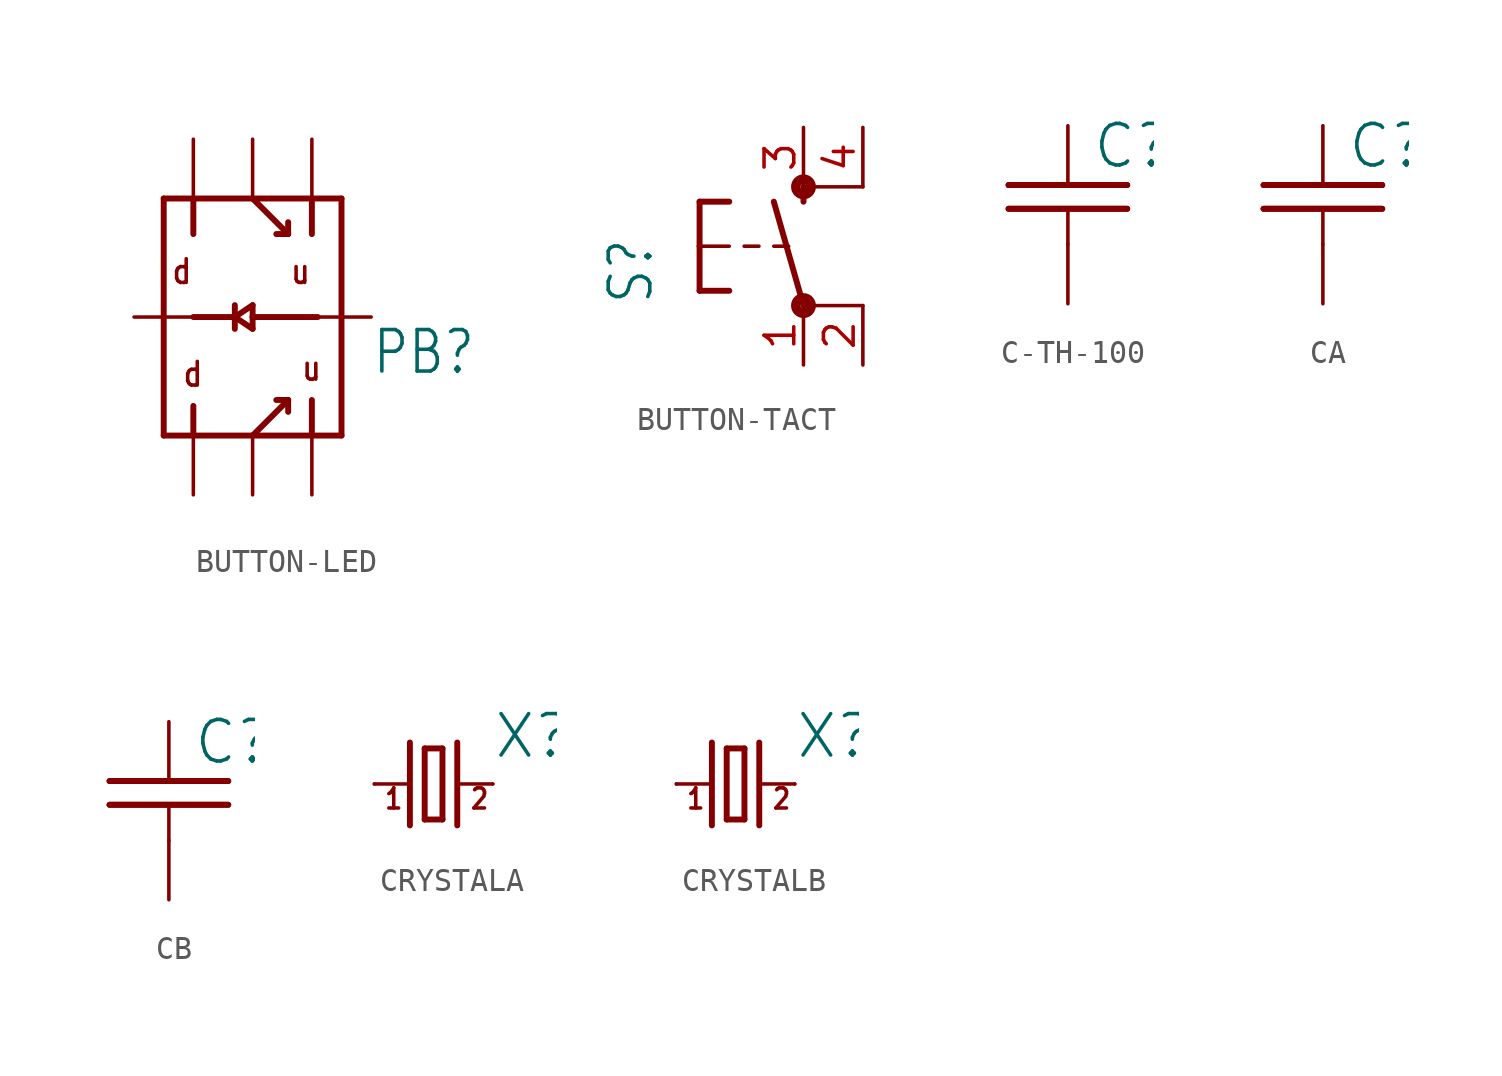
<source format=kicad_sym>
(kicad_symbol_lib
  (version 20231120)
  (generator "kicad_symbol_editor")
  (generator_version "8.0")
  (symbol "BUTTON-LED"
    (property "Reference" "PB"
      (at 5.08 -2.54 0)
      (effects (font (size 1.778 1.511)) (justify left bottom)))
    (property "Value" ""
      (at 5.08 -5.08 0)
      (effects (font (size 1.778 1.511)) (justify left bottom)))
    (property "ki_locked" ""
      (at 0 0 0)
      (effects (font (size 1.27 1.27))))
    (symbol "BUTTON-LED_1_0"
      (polyline (pts (xy -3.81 -5.08) (xy -2.54 -5.08)) (stroke (width 0.254) (type solid)) (fill (type none)))
      (polyline (pts (xy -3.81 5.08) (xy -3.81 -5.08)) (stroke (width 0.254) (type solid)) (fill (type none)))
      (polyline (pts (xy -2.54 -5.08) (xy -2.54 -3.81)) (stroke (width 0.254) (type solid)) (fill (type none)))
      (polyline (pts (xy -2.54 -5.08) (xy 0 -5.08)) (stroke (width 0.254) (type solid)) (fill (type none)))
      (polyline (pts (xy -2.54 0) (xy -0.762 0)) (stroke (width 0.254) (type solid)) (fill (type none)))
      (polyline (pts (xy -2.54 5.08) (xy -3.81 5.08)) (stroke (width 0.254) (type solid)) (fill (type none)))
      (polyline (pts (xy -2.54 5.08) (xy -2.54 3.556)) (stroke (width 0.254) (type solid)) (fill (type none)))
      (polyline (pts (xy -0.762 0) (xy -0.762 -0.508)) (stroke (width 0.254) (type solid)) (fill (type none)))
      (polyline (pts (xy -0.762 0) (xy 0 0.508)) (stroke (width 0.254) (type solid)) (fill (type none)))
      (polyline (pts (xy -0.762 0.508) (xy -0.762 0)) (stroke (width 0.254) (type solid)) (fill (type none)))
      (polyline (pts (xy 0 -5.08) (xy 1.524 -3.556)) (stroke (width 0.254) (type solid)) (fill (type none)))
      (polyline (pts (xy 0 -5.08) (xy 2.54 -5.08)) (stroke (width 0.254) (type solid)) (fill (type none)))
      (polyline (pts (xy 0 -0.508) (xy -0.762 0)) (stroke (width 0.254) (type solid)) (fill (type none)))
      (polyline (pts (xy 0 0) (xy 0 -0.508)) (stroke (width 0.254) (type solid)) (fill (type none)))
      (polyline (pts (xy 0 0.508) (xy 0 0)) (stroke (width 0.254) (type solid)) (fill (type none)))
      (polyline (pts (xy 0 5.08) (xy -2.54 5.08)) (stroke (width 0.254) (type solid)) (fill (type none)))
      (polyline (pts (xy 0 5.08) (xy 1.524 3.556)) (stroke (width 0.254) (type solid)) (fill (type none)))
      (polyline (pts (xy 1.524 -3.556) (xy 1.016 -3.556)) (stroke (width 0.254) (type solid)) (fill (type none)))
      (polyline (pts (xy 1.524 -3.556) (xy 1.524 -4.064)) (stroke (width 0.254) (type solid)) (fill (type none)))
      (polyline (pts (xy 1.524 3.556) (xy 1.016 3.556)) (stroke (width 0.254) (type solid)) (fill (type none)))
      (polyline (pts (xy 1.524 3.556) (xy 1.524 4.064)) (stroke (width 0.254) (type solid)) (fill (type none)))
      (polyline (pts (xy 2.54 -5.08) (xy 2.54 -3.556)) (stroke (width 0.254) (type solid)) (fill (type none)))
      (polyline (pts (xy 2.54 -5.08) (xy 3.81 -5.08)) (stroke (width 0.254) (type solid)) (fill (type none)))
      (polyline (pts (xy 2.54 5.08) (xy 0 5.08)) (stroke (width 0.254) (type solid)) (fill (type none)))
      (polyline (pts (xy 2.54 5.08) (xy 2.54 3.556)) (stroke (width 0.254) (type solid)) (fill (type none)))
      (polyline (pts (xy 2.794 0) (xy 0 0)) (stroke (width 0.254) (type solid)) (fill (type none)))
      (polyline (pts (xy 3.81 -5.08) (xy 3.81 5.08)) (stroke (width 0.254) (type solid)) (fill (type none)))
      (polyline (pts (xy 3.81 5.08) (xy 2.54 5.08)) (stroke (width 0.254) (type solid)) (fill (type none)))
      (text "d" (at -3.048 -3.048 0) (effects (font (size 1.016 0.864)) (justify left bottom)))
      (text "d" (at -2.54 2.54 0) (effects (font (size 1.016 0.864)) (justify right top)))
      (text "u" (at 2.032 -2.794 0) (effects (font (size 1.016 0.864)) (justify left bottom)))
      (text "u" (at 2.54 2.54 0) (effects (font (size 1.016 0.864)) (justify right top)))
      (pin bidirectional line (at 2.54 7.62 270) (length 2.54) (name "P$1" (effects (font (size 0 0)))) (number "P$1" (effects (font (size 0 0)))))
      (pin bidirectional line (at 0 7.62 270) (length 2.54) (name "P$2" (effects (font (size 0 0)))) (number "P$2" (effects (font (size 0 0)))))
      (pin bidirectional line (at -2.54 7.62 270) (length 2.54) (name "P$3" (effects (font (size 0 0)))) (number "P$3" (effects (font (size 0 0)))))
      (pin bidirectional line (at 2.54 -7.62 90) (length 2.54) (name "P$4" (effects (font (size 0 0)))) (number "P$4" (effects (font (size 0 0)))))
      (pin bidirectional line (at 0 -7.62 90) (length 2.54) (name "P$5" (effects (font (size 0 0)))) (number "P$5" (effects (font (size 0 0)))))
      (pin bidirectional line (at -2.54 -7.62 90) (length 2.54) (name "P$6" (effects (font (size 0 0)))) (number "P$6" (effects (font (size 0 0)))))
      (pin bidirectional line (at 5.08 0 180) (length 2.54) (name "P$7" (effects (font (size 0 0)))) (number "P$7" (effects (font (size 0 0)))))
      (pin bidirectional line (at -5.08 0 0) (length 2.54) (name "P$8" (effects (font (size 0 0)))) (number "P$8" (effects (font (size 0 0)))))))
  (symbol "BUTTON-TACT"
    (property "Reference" "S"
      (at -6.35 -2.54 90)
      (effects (font (size 1.778 1.511)) (justify left bottom)))
    (property "Value" ""
      (at -3.81 3.175 90)
      (effects (font (size 1.778 1.511)) (justify left bottom)))
    (property "ki_locked" ""
      (at 0 0 0)
      (effects (font (size 1.27 1.27))))
    (symbol "BUTTON-TACT_1_0"
      (circle (center 0 -2.54) (radius 0.127) (stroke (width 0.406) (type solid)) (fill (type none)))
      (polyline (pts (xy -4.445 -1.905) (xy -3.175 -1.905)) (stroke (width 0.254) (type solid)) (fill (type none)))
      (polyline (pts (xy -4.445 0) (xy -4.445 -1.905)) (stroke (width 0.254) (type solid)) (fill (type none)))
      (polyline (pts (xy -4.445 0) (xy -3.175 0)) (stroke (width 0.152) (type solid)) (fill (type none)))
      (polyline (pts (xy -4.445 1.905) (xy -4.445 0)) (stroke (width 0.254) (type solid)) (fill (type none)))
      (polyline (pts (xy -4.445 1.905) (xy -3.175 1.905)) (stroke (width 0.254) (type solid)) (fill (type none)))
      (polyline (pts (xy -2.54 0) (xy -1.905 0)) (stroke (width 0.152) (type solid)) (fill (type none)))
      (polyline (pts (xy -1.27 0) (xy -0.635 0)) (stroke (width 0.152) (type solid)) (fill (type none)))
      (polyline (pts (xy 0 -2.54) (xy -1.27 1.905)) (stroke (width 0.254) (type solid)) (fill (type none)))
      (polyline (pts (xy 0 1.905) (xy 0 2.54)) (stroke (width 0.254) (type solid)) (fill (type none)))
      (polyline (pts (xy 2.54 -2.54) (xy 0 -2.54)) (stroke (width 0.152) (type solid)) (fill (type none)))
      (polyline (pts (xy 2.54 2.54) (xy 0 2.54)) (stroke (width 0.152) (type solid)) (fill (type none)))
      (circle (center 0 2.54) (radius 0.127) (stroke (width 0.406) (type solid)) (fill (type none)))
      (pin passive line (at 0 -5.08 90) (length 2.54) (name "1" (effects (font (size 0 0)))) (number "1" (effects (font (size 1.27 1.27)))))
      (pin passive line (at 2.54 -5.08 90) (length 2.54) (name "2" (effects (font (size 0 0)))) (number "2" (effects (font (size 1.27 1.27)))))
      (pin passive line (at 0 5.08 270) (length 2.54) (name "3" (effects (font (size 0 0)))) (number "3" (effects (font (size 1.27 1.27)))))
      (pin passive line (at 2.54 5.08 270) (length 2.54) (name "4" (effects (font (size 0 0)))) (number "4" (effects (font (size 1.27 1.27)))))))
  (symbol "C-TH-100"
    (property "Reference" "C"
      (at 1.016 0.635 0)
      (effects (font (size 1.778 1.778)) (justify left bottom)))
    (property "Value" ""
      (at 1.016 -4.191 0)
      (effects (font (size 1.778 1.778)) (justify left bottom)))
    (property "ki_locked" ""
      (at 0 0 0)
      (effects (font (size 1.27 1.27))))
    (symbol "C-TH-100_1_0"
      (polyline (pts (xy -2.54 -1.016) (xy 2.54 -1.016)) (stroke (width 0.254) (type solid)) (fill (type none)))
      (polyline (pts (xy -2.54 -1.016) (xy 2.54 -1.016)) (stroke (width 0.254) (type solid)) (fill (type none)))
      (polyline (pts (xy -2.54 0) (xy 2.54 0)) (stroke (width 0.254) (type solid)) (fill (type none)))
      (polyline (pts (xy -2.54 0) (xy 2.54 0)) (stroke (width 0.254) (type solid)) (fill (type none)))
      (polyline (pts (xy 0 -1.016) (xy 0 -2.54)) (stroke (width 0.152) (type solid)) (fill (type none)))
      (pin passive line (at 0 2.54 270) (length 2.54) (name "1" (effects (font (size 0 0)))) (number "P$1" (effects (font (size 0 0)))))
      (pin passive line (at 0 -5.08 90) (length 2.54) (name "2" (effects (font (size 0 0)))) (number "P$2" (effects (font (size 0 0)))))))
  (symbol "CA"
    (property "Reference" "C"
      (at 1.016 0.635 0)
      (effects (font (size 1.778 1.778)) (justify left bottom)))
    (property "Value" ""
      (at 1.016 -4.191 0)
      (effects (font (size 1.778 1.778)) (justify left bottom)))
    (property "ki_locked" ""
      (at 0 0 0)
      (effects (font (size 1.27 1.27))))
    (symbol "CA_1_0"
      (polyline (pts (xy -2.54 -1.016) (xy 2.54 -1.016)) (stroke (width 0.254) (type solid)) (fill (type none)))
      (polyline (pts (xy -2.54 -1.016) (xy 2.54 -1.016)) (stroke (width 0.254) (type solid)) (fill (type none)))
      (polyline (pts (xy -2.54 0) (xy 2.54 0)) (stroke (width 0.254) (type solid)) (fill (type none)))
      (polyline (pts (xy -2.54 0) (xy 2.54 0)) (stroke (width 0.254) (type solid)) (fill (type none)))
      (polyline (pts (xy 0 -1.016) (xy 0 -2.54)) (stroke (width 0.152) (type solid)) (fill (type none)))
      (pin passive line (at 0 2.54 270) (length 2.54) (name "1" (effects (font (size 0 0)))) (number "1" (effects (font (size 0 0)))))
      (pin passive line (at 0 -5.08 90) (length 2.54) (name "2" (effects (font (size 0 0)))) (number "2" (effects (font (size 0 0)))))))
  (symbol "CB"
    (property "Reference" "C"
      (at 1.016 0.635 0)
      (effects (font (size 1.778 1.778)) (justify left bottom)))
    (property "Value" ""
      (at 1.016 -4.191 0)
      (effects (font (size 1.778 1.778)) (justify left bottom)))
    (property "ki_locked" ""
      (at 0 0 0)
      (effects (font (size 1.27 1.27))))
    (symbol "CB_1_0"
      (polyline (pts (xy -2.54 -1.016) (xy 2.54 -1.016)) (stroke (width 0.254) (type solid)) (fill (type none)))
      (polyline (pts (xy -2.54 -1.016) (xy 2.54 -1.016)) (stroke (width 0.254) (type solid)) (fill (type none)))
      (polyline (pts (xy -2.54 0) (xy 2.54 0)) (stroke (width 0.254) (type solid)) (fill (type none)))
      (polyline (pts (xy -2.54 0) (xy 2.54 0)) (stroke (width 0.254) (type solid)) (fill (type none)))
      (polyline (pts (xy 0 -1.016) (xy 0 -2.54)) (stroke (width 0.152) (type solid)) (fill (type none)))
      (pin passive line (at 0 2.54 270) (length 2.54) (name "1" (effects (font (size 0 0)))) (number "1" (effects (font (size 0 0)))))
      (pin passive line (at 0 -5.08 90) (length 2.54) (name "2" (effects (font (size 0 0)))) (number "2" (effects (font (size 0 0)))))))
  (symbol "CRYSTALA"
    (property "Reference" "X"
      (at 2.54 1.016 0)
      (effects (font (size 1.778 1.778)) (justify left bottom)))
    (property "Value" ""
      (at 2.54 -2.54 0)
      (effects (font (size 1.778 1.778)) (justify left bottom)))
    (property "ki_locked" ""
      (at 0 0 0)
      (effects (font (size 1.27 1.27))))
    (symbol "CRYSTALA_1_0"
      (polyline (pts (xy -2.54 0) (xy -1.016 0)) (stroke (width 0.152) (type solid)) (fill (type none)))
      (polyline (pts (xy -1.016 1.778) (xy -1.016 -1.778)) (stroke (width 0.254) (type solid)) (fill (type none)))
      (polyline (pts (xy -0.381 -1.524) (xy 0.381 -1.524)) (stroke (width 0.254) (type solid)) (fill (type none)))
      (polyline (pts (xy -0.381 1.524) (xy -0.381 -1.524)) (stroke (width 0.254) (type solid)) (fill (type none)))
      (polyline (pts (xy 0.381 -1.524) (xy 0.381 1.524)) (stroke (width 0.254) (type solid)) (fill (type none)))
      (polyline (pts (xy 0.381 1.524) (xy -0.381 1.524)) (stroke (width 0.254) (type solid)) (fill (type none)))
      (polyline (pts (xy 1.016 0) (xy 2.54 0)) (stroke (width 0.152) (type solid)) (fill (type none)))
      (polyline (pts (xy 1.016 1.778) (xy 1.016 -1.778)) (stroke (width 0.254) (type solid)) (fill (type none)))
      (text "1" (at -2.159 -1.143 0) (effects (font (size 0.864 0.734)) (justify left bottom)))
      (text "2" (at 1.524 -1.143 0) (effects (font (size 0.864 0.734)) (justify left bottom)))
      (pin passive line (at -2.54 0 0) (length 0) (name "1" (effects (font (size 0 0)))) (number "1" (effects (font (size 0 0)))))
      (pin passive line (at 2.54 0 180) (length 0) (name "2" (effects (font (size 0 0)))) (number "3" (effects (font (size 0 0)))))))
  (symbol "CRYSTALB"
    (property "Reference" "X"
      (at 2.54 1.016 0)
      (effects (font (size 1.778 1.778)) (justify left bottom)))
    (property "Value" ""
      (at 2.54 -2.54 0)
      (effects (font (size 1.778 1.778)) (justify left bottom)))
    (property "ki_locked" ""
      (at 0 0 0)
      (effects (font (size 1.27 1.27))))
    (symbol "CRYSTALB_1_0"
      (polyline (pts (xy -2.54 0) (xy -1.016 0)) (stroke (width 0.152) (type solid)) (fill (type none)))
      (polyline (pts (xy -1.016 1.778) (xy -1.016 -1.778)) (stroke (width 0.254) (type solid)) (fill (type none)))
      (polyline (pts (xy -0.381 -1.524) (xy 0.381 -1.524)) (stroke (width 0.254) (type solid)) (fill (type none)))
      (polyline (pts (xy -0.381 1.524) (xy -0.381 -1.524)) (stroke (width 0.254) (type solid)) (fill (type none)))
      (polyline (pts (xy 0.381 -1.524) (xy 0.381 1.524)) (stroke (width 0.254) (type solid)) (fill (type none)))
      (polyline (pts (xy 0.381 1.524) (xy -0.381 1.524)) (stroke (width 0.254) (type solid)) (fill (type none)))
      (polyline (pts (xy 1.016 0) (xy 2.54 0)) (stroke (width 0.152) (type solid)) (fill (type none)))
      (polyline (pts (xy 1.016 1.778) (xy 1.016 -1.778)) (stroke (width 0.254) (type solid)) (fill (type none)))
      (text "1" (at -2.159 -1.143 0) (effects (font (size 0.864 0.734)) (justify left bottom)))
      (text "2" (at 1.524 -1.143 0) (effects (font (size 0.864 0.734)) (justify left bottom)))
      (pin passive line (at -2.54 0 0) (length 0) (name "1" (effects (font (size 0 0)))) (number "1" (effects (font (size 0 0)))))
      (pin passive line (at 2.54 0 180) (length 0) (name "2" (effects (font (size 0 0)))) (number "4" (effects (font (size 0 0))))))))
</source>
